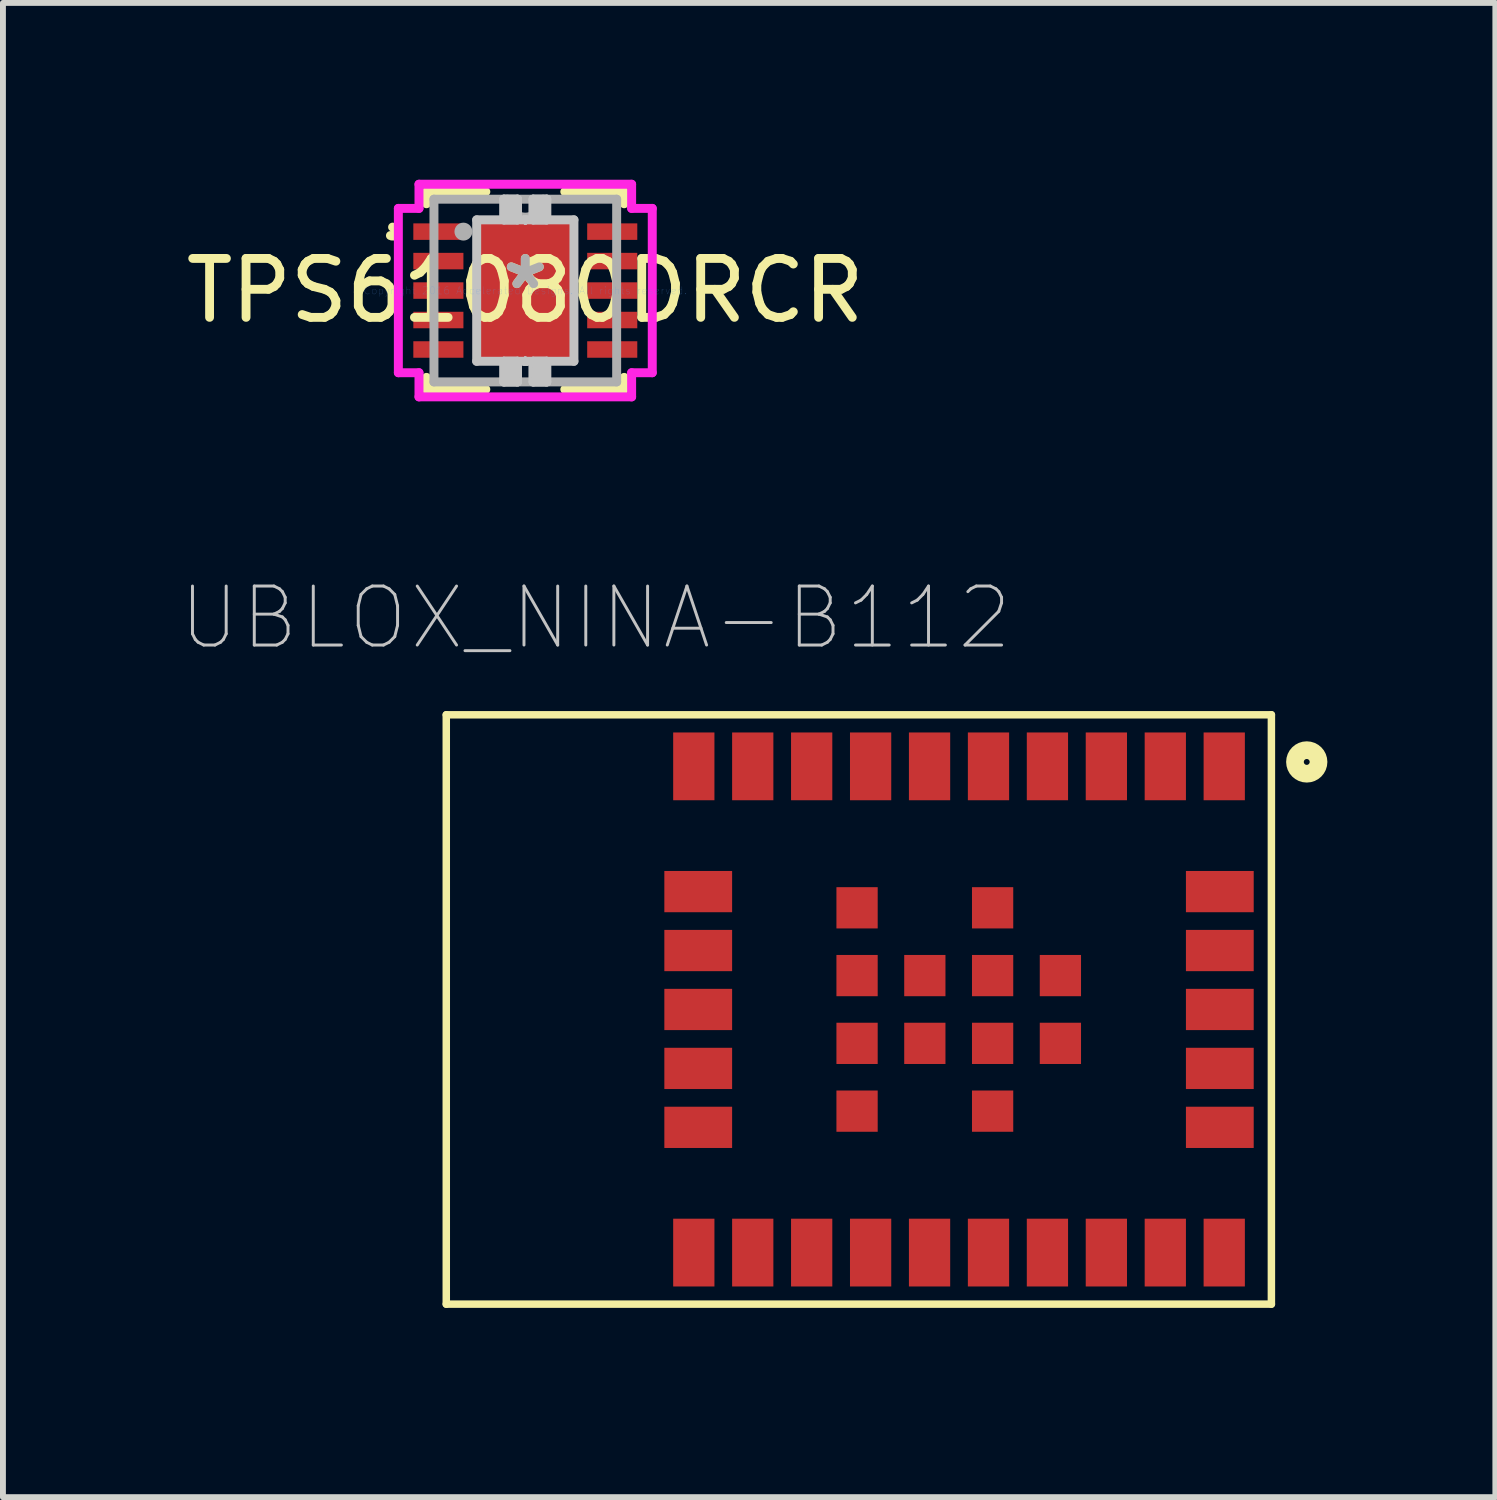
<source format=kicad_pcb>
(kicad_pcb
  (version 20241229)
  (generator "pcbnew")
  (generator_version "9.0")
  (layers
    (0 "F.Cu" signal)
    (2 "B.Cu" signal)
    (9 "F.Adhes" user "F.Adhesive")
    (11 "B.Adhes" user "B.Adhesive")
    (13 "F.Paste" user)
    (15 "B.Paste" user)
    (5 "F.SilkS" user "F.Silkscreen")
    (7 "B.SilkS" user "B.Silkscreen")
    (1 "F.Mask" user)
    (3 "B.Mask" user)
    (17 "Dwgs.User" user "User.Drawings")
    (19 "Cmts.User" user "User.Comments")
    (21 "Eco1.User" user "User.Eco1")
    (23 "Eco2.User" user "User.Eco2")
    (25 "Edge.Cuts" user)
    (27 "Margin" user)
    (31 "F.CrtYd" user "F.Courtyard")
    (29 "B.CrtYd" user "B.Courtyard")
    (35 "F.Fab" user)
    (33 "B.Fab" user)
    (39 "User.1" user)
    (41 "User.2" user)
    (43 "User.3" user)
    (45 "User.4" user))
  (footprint "UBLOX_NINA-B112"
    (layer "F.Cu")
    (at 7.712 15.348)
    (property "Reference" "UBLOX_NINA-B112" (at -0.656 -7.914 0) (layer "Dwgs.User") (effects (font (size 1.001 1.001) (thickness 0.05))))
    (attr smd)
    (fp_line (start -3.19 -6.27) (end -3.19 3.73) (stroke (width 0.127) (type solid)) (layer "F.SilkS"))
    (fp_line (start -3.19 3.73) (end 10.81 3.73) (stroke (width 0.127) (type solid)) (layer "F.SilkS"))
    (fp_line (start 10.81 -6.27) (end -3.19 -6.27) (stroke (width 0.127) (type solid)) (layer "F.SilkS"))
    (fp_line (start 10.81 3.73) (end 10.81 -6.27) (stroke (width 0.127) (type solid)) (layer "F.SilkS"))
    (fp_circle (center 11.41 -5.47) (end 11.46 -5.47) (stroke (width 0.3) (type solid)) (fill no) (layer "F.SilkS"))
    (fp_line (start -3.44 -6.52) (end 11.06 -6.52) (stroke (width 0.05) (type solid)) (layer "Eco1.User"))
    (fp_line (start -3.44 3.98) (end -3.44 -6.52) (stroke (width 0.05) (type solid)) (layer "Eco1.User"))
    (fp_line (start 11.06 -6.52) (end 11.06 3.98) (stroke (width 0.05) (type solid)) (layer "Eco1.User"))
    (fp_line (start 11.06 3.98) (end -3.44 3.98) (stroke (width 0.05) (type solid)) (layer "Eco1.User"))
    (fp_line (start -3.19 -6.27) (end -3.19 3.73) (stroke (width 0.127) (type solid)) (layer "Eco2.User"))
    (fp_line (start -3.19 3.73) (end 0.61 3.73) (stroke (width 0.127) (type solid)) (layer "Eco2.User"))
    (fp_line (start 0.61 -6.27) (end -3.19 -6.27) (stroke (width 0.127) (type solid)) (layer "Eco2.User"))
    (fp_line (start 0.61 -6.27) (end 0.61 3.73) (stroke (width 0.127) (type solid)) (layer "Eco2.User"))
    (fp_line (start 0.61 3.73) (end 10.81 3.73) (stroke (width 0.127) (type solid)) (layer "Eco2.User"))
    (fp_line (start 10.81 -6.27) (end 0.61 -6.27) (stroke (width 0.127) (type solid)) (layer "Eco2.User"))
    (fp_line (start 10.81 3.73) (end 10.81 -6.27) (stroke (width 0.127) (type solid)) (layer "Eco2.User"))
    (fp_circle (center 10.01 -5.37) (end 10.06 -5.37) (stroke (width 0.3) (type solid)) (fill no) (layer "Eco2.User"))
    (fp_text user "ANTENNA" (at -0.636 2.541 0) (layer "Edge.Cuts") (effects (font (size 1 1) (thickness 0.05))))
    (pad "1" smd rect (at 10.01 -5.395 270) (size 1.15 0.7) (layers "F.Cu" "F.Mask" "F.Paste"))
    (pad "2" smd rect (at 9.01 -5.395 270) (size 1.15 0.7) (layers "F.Cu" "F.Mask" "F.Paste"))
    (pad "3" smd rect (at 8.01 -5.395 270) (size 1.15 0.7) (layers "F.Cu" "F.Mask" "F.Paste"))
    (pad "4" smd rect (at 7.01 -5.395 270) (size 1.15 0.7) (layers "F.Cu" "F.Mask" "F.Paste"))
    (pad "5" smd rect (at 6.01 -5.395 270) (size 1.15 0.7) (layers "F.Cu" "F.Mask" "F.Paste"))
    (pad "6" smd rect (at 5.01 -5.395 270) (size 1.15 0.7) (layers "F.Cu" "F.Mask" "F.Paste"))
    (pad "7" smd rect (at 4.01 -5.395 270) (size 1.15 0.7) (layers "F.Cu" "F.Mask" "F.Paste"))
    (pad "8" smd rect (at 3.01 -5.395 270) (size 1.15 0.7) (layers "F.Cu" "F.Mask" "F.Paste"))
    (pad "9" smd rect (at 2.01 -5.395 270) (size 1.15 0.7) (layers "F.Cu" "F.Mask" "F.Paste"))
    (pad "10" smd rect (at 1.01 -5.395 270) (size 1.15 0.7) (layers "F.Cu" "F.Mask" "F.Paste"))
    (pad "11" smd rect (at 1.085 -3.27) (size 1.15 0.7) (layers "F.Cu" "F.Mask" "F.Paste"))
    (pad "12" smd rect (at 1.085 -2.27) (size 1.15 0.7) (layers "F.Cu" "F.Mask" "F.Paste"))
    (pad "13" smd rect (at 1.085 -1.27) (size 1.15 0.7) (layers "F.Cu" "F.Mask" "F.Paste"))
    (pad "14" smd rect (at 1.085 -0.27) (size 1.15 0.7) (layers "F.Cu" "F.Mask" "F.Paste"))
    (pad "15" smd rect (at 1.085 0.73) (size 1.15 0.7) (layers "F.Cu" "F.Mask" "F.Paste"))
    (pad "16" smd rect (at 1.01 2.855 270) (size 1.15 0.7) (layers "F.Cu" "F.Mask" "F.Paste"))
    (pad "17" smd rect (at 2.01 2.855 270) (size 1.15 0.7) (layers "F.Cu" "F.Mask" "F.Paste"))
    (pad "18" smd rect (at 3.01 2.855 270) (size 1.15 0.7) (layers "F.Cu" "F.Mask" "F.Paste"))
    (pad "19" smd rect (at 4.01 2.855 270) (size 1.15 0.7) (layers "F.Cu" "F.Mask" "F.Paste"))
    (pad "20" smd rect (at 5.01 2.855 270) (size 1.15 0.7) (layers "F.Cu" "F.Mask" "F.Paste"))
    (pad "21" smd rect (at 6.01 2.855 270) (size 1.15 0.7) (layers "F.Cu" "F.Mask" "F.Paste"))
    (pad "22" smd rect (at 7.01 2.855 270) (size 1.15 0.7) (layers "F.Cu" "F.Mask" "F.Paste"))
    (pad "23" smd rect (at 8.01 2.855 270) (size 1.15 0.7) (layers "F.Cu" "F.Mask" "F.Paste"))
    (pad "24" smd rect (at 9.01 2.855 270) (size 1.15 0.7) (layers "F.Cu" "F.Mask" "F.Paste"))
    (pad "25" smd rect (at 10.01 2.855 270) (size 1.15 0.7) (layers "F.Cu" "F.Mask" "F.Paste"))
    (pad "26" smd rect (at 9.935 0.73) (size 1.15 0.7) (layers "F.Cu" "F.Mask" "F.Paste"))
    (pad "27" smd rect (at 9.935 -0.27) (size 1.15 0.7) (layers "F.Cu" "F.Mask" "F.Paste"))
    (pad "28" smd rect (at 9.935 -1.27) (size 1.15 0.7) (layers "F.Cu" "F.Mask" "F.Paste"))
    (pad "29" smd rect (at 9.935 -2.27) (size 1.15 0.7) (layers "F.Cu" "F.Mask" "F.Paste"))
    (pad "30" smd rect (at 9.935 -3.27) (size 1.15 0.7) (layers "F.Cu" "F.Mask" "F.Paste"))
    (pad "EXP1" smd rect (at 3.78 -2.995) (size 0.7 0.7) (layers "F.Cu" "F.Mask" "F.Paste"))
    (pad "EXP2" smd rect (at 3.78 -1.845) (size 0.7 0.7) (layers "F.Cu" "F.Mask" "F.Paste"))
    (pad "EXP3" smd rect (at 3.78 -0.695) (size 0.7 0.7) (layers "F.Cu" "F.Mask" "F.Paste"))
    (pad "EXP4" smd rect (at 3.78 0.455) (size 0.7 0.7) (layers "F.Cu" "F.Mask" "F.Paste"))
    (pad "EXP5" smd rect (at 4.93 -0.695) (size 0.7 0.7) (layers "F.Cu" "F.Mask" "F.Paste"))
    (pad "EXP6" smd rect (at 4.93 -1.845) (size 0.7 0.7) (layers "F.Cu" "F.Mask" "F.Paste"))
    (pad "EXP7" smd rect (at 6.08 -2.995) (size 0.7 0.7) (layers "F.Cu" "F.Mask" "F.Paste"))
    (pad "EXP8" smd rect (at 6.08 -1.845) (size 0.7 0.7) (layers "F.Cu" "F.Mask" "F.Paste"))
    (pad "EXP9" smd rect (at 6.08 -0.695) (size 0.7 0.7) (layers "F.Cu" "F.Mask" "F.Paste"))
    (pad "EXP10" smd rect (at 6.08 0.455) (size 0.7 0.7) (layers "F.Cu" "F.Mask" "F.Paste"))
    (pad "EXP11" smd rect (at 7.23 -0.695) (size 0.7 0.7) (layers "F.Cu" "F.Mask" "F.Paste"))
    (pad "EXP12" smd rect (at 7.23 -1.845) (size 0.7 0.7) (layers "F.Cu" "F.Mask" "F.Paste")))
  (footprint "TPS61080DRCR"
    (layer "F.Cu")
    (at 5.863 1.88)
    (property "Reference" "TPS61080DRCR" (at 0 0 0) (layer "F.SilkS") (effects (font (size 1 1) (thickness 0.15))))
    (attr through_hole)
    (fp_line (start -1.677 -1.677) (end -1.677 -1.473) (stroke (width 0.152) (type solid)) (layer "F.SilkS"))
    (fp_line (start -1.677 1.473) (end -1.677 1.677) (stroke (width 0.152) (type solid)) (layer "F.SilkS"))
    (fp_line (start -1.677 1.677) (end -0.67 1.677) (stroke (width 0.152) (type solid)) (layer "F.SilkS"))
    (fp_line (start -0.67 -1.677) (end -1.677 -1.677) (stroke (width 0.152) (type solid)) (layer "F.SilkS"))
    (fp_line (start 0.67 1.677) (end 1.677 1.677) (stroke (width 0.152) (type solid)) (layer "F.SilkS"))
    (fp_line (start 1.677 -1.677) (end 0.67 -1.677) (stroke (width 0.152) (type solid)) (layer "F.SilkS"))
    (fp_line (start 1.677 -1.473) (end 1.677 -1.677) (stroke (width 0.152) (type solid)) (layer "F.SilkS"))
    (fp_line (start 1.677 1.677) (end 1.677 1.473) (stroke (width 0.152) (type solid)) (layer "F.SilkS"))
    (fp_arc (start -2.2516 -1.0762) (mid -2.177771 -0.981141) (end -2.288144 -0.933135) (stroke (width 0.1524) (type solid)) (layer "F.SilkS"))
    (fp_line (start -0.825 -1.2) (end -0.825 1.2) (stroke (width 0.152) (type solid)) (layer "Dwgs.User"))
    (fp_line (start -0.825 1.2) (end 0.825 1.2) (stroke (width 0.152) (type solid)) (layer "Dwgs.User"))
    (fp_line (start -0.363 -1.55) (end -0.363 -1.2) (stroke (width 0.152) (type solid)) (layer "Dwgs.User"))
    (fp_line (start -0.363 -1.55) (end -0.363 -1.2) (stroke (width 0.152) (type solid)) (layer "Dwgs.User"))
    (fp_line (start -0.363 -1.2) (end -0.133 -1.2) (stroke (width 0.152) (type solid)) (layer "Dwgs.User"))
    (fp_line (start -0.363 -1.2) (end -0.133 -1.2) (stroke (width 0.152) (type solid)) (layer "Dwgs.User"))
    (fp_line (start -0.363 1.2) (end -0.133 1.2) (stroke (width 0.152) (type solid)) (layer "Dwgs.User"))
    (fp_line (start -0.363 1.2) (end -0.133 1.2) (stroke (width 0.152) (type solid)) (layer "Dwgs.User"))
    (fp_line (start -0.363 1.55) (end -0.363 1.2) (stroke (width 0.152) (type solid)) (layer "Dwgs.User"))
    (fp_line (start -0.363 1.55) (end -0.363 1.2) (stroke (width 0.152) (type solid)) (layer "Dwgs.User"))
    (fp_line (start -0.312 -1.499) (end -0.312 -1.251) (stroke (width 0.152) (type solid)) (layer "Dwgs.User"))
    (fp_line (start -0.312 -1.251) (end -0.184 -1.251) (stroke (width 0.152) (type solid)) (layer "Dwgs.User"))
    (fp_line (start -0.312 1.251) (end -0.184 1.251) (stroke (width 0.152) (type solid)) (layer "Dwgs.User"))
    (fp_line (start -0.312 1.499) (end -0.312 1.251) (stroke (width 0.152) (type solid)) (layer "Dwgs.User"))
    (fp_line (start -0.184 -1.499) (end -0.312 -1.499) (stroke (width 0.152) (type solid)) (layer "Dwgs.User"))
    (fp_line (start -0.184 -1.251) (end -0.184 -1.499) (stroke (width 0.152) (type solid)) (layer "Dwgs.User"))
    (fp_line (start -0.184 1.251) (end -0.184 1.499) (stroke (width 0.152) (type solid)) (layer "Dwgs.User"))
    (fp_line (start -0.184 1.499) (end -0.312 1.499) (stroke (width 0.152) (type solid)) (layer "Dwgs.User"))
    (fp_line (start -0.133 -1.55) (end -0.363 -1.55) (stroke (width 0.152) (type solid)) (layer "Dwgs.User"))
    (fp_line (start -0.133 -1.55) (end -0.363 -1.55) (stroke (width 0.152) (type solid)) (layer "Dwgs.User"))
    (fp_line (start -0.133 -1.2) (end -0.133 -1.55) (stroke (width 0.152) (type solid)) (layer "Dwgs.User"))
    (fp_line (start -0.133 -1.2) (end -0.133 -1.55) (stroke (width 0.152) (type solid)) (layer "Dwgs.User"))
    (fp_line (start -0.133 1.2) (end -0.133 1.55) (stroke (width 0.152) (type solid)) (layer "Dwgs.User"))
    (fp_line (start -0.133 1.2) (end -0.133 1.55) (stroke (width 0.152) (type solid)) (layer "Dwgs.User"))
    (fp_line (start -0.133 1.55) (end -0.363 1.55) (stroke (width 0.152) (type solid)) (layer "Dwgs.User"))
    (fp_line (start -0.133 1.55) (end -0.363 1.55) (stroke (width 0.152) (type solid)) (layer "Dwgs.User"))
    (fp_line (start 0 -1.2) (end 0 -1.2) (stroke (width 0.152) (type solid)) (layer "Dwgs.User"))
    (fp_line (start 0 -1.2) (end 0 -1.2) (stroke (width 0.152) (type solid)) (layer "Dwgs.User"))
    (fp_line (start 0 -1.2) (end 0 -1.2) (stroke (width 0.152) (type solid)) (layer "Dwgs.User"))
    (fp_line (start 0 -1.2) (end 0 -1.2) (stroke (width 0.152) (type solid)) (layer "Dwgs.User"))
    (fp_line (start 0 -1.2) (end 0 -1.2) (stroke (width 0.152) (type solid)) (layer "Dwgs.User"))
    (fp_line (start 0 -1.2) (end 0 -1.2) (stroke (width 0.152) (type solid)) (layer "Dwgs.User"))
    (fp_line (start 0 -1.2) (end 0 -1.2) (stroke (width 0.152) (type solid)) (layer "Dwgs.User"))
    (fp_line (start 0 -1.2) (end 0 -1.2) (stroke (width 0.152) (type solid)) (layer "Dwgs.User"))
    (fp_line (start 0 -1.2) (end 0 -1.2) (stroke (width 0.152) (type solid)) (layer "Dwgs.User"))
    (fp_line (start 0 -1.2) (end 0 -1.2) (stroke (width 0.152) (type solid)) (layer "Dwgs.User"))
    (fp_line (start 0 -1.2) (end 0 -1.2) (stroke (width 0.152) (type solid)) (layer "Dwgs.User"))
    (fp_line (start 0 -1.2) (end 0 -1.2) (stroke (width 0.152) (type solid)) (layer "Dwgs.User"))
    (fp_line (start 0 -1.2) (end 0 -1.2) (stroke (width 0.152) (type solid)) (layer "Dwgs.User"))
    (fp_line (start 0 -1.2) (end 0 -1.2) (stroke (width 0.152) (type solid)) (layer "Dwgs.User"))
    (fp_line (start 0 -1.2) (end 0 -1.2) (stroke (width 0.152) (type solid)) (layer "Dwgs.User"))
    (fp_line (start 0 -1.2) (end 0 -1.2) (stroke (width 0.152) (type solid)) (layer "Dwgs.User"))
    (fp_line (start 0 1.2) (end 0 1.2) (stroke (width 0.152) (type solid)) (layer "Dwgs.User"))
    (fp_line (start 0 1.2) (end 0 1.2) (stroke (width 0.152) (type solid)) (layer "Dwgs.User"))
    (fp_line (start 0 1.2) (end 0 1.2) (stroke (width 0.152) (type solid)) (layer "Dwgs.User"))
    (fp_line (start 0 1.2) (end 0 1.2) (stroke (width 0.152) (type solid)) (layer "Dwgs.User"))
    (fp_line (start 0 1.2) (end 0 1.2) (stroke (width 0.152) (type solid)) (layer "Dwgs.User"))
    (fp_line (start 0 1.2) (end 0 1.2) (stroke (width 0.152) (type solid)) (layer "Dwgs.User"))
    (fp_line (start 0 1.2) (end 0 1.2) (stroke (width 0.152) (type solid)) (layer "Dwgs.User"))
    (fp_line (start 0 1.2) (end 0 1.2) (stroke (width 0.152) (type solid)) (layer "Dwgs.User"))
    (fp_line (start 0 1.2) (end 0 1.2) (stroke (width 0.152) (type solid)) (layer "Dwgs.User"))
    (fp_line (start 0 1.2) (end 0 1.2) (stroke (width 0.152) (type solid)) (layer "Dwgs.User"))
    (fp_line (start 0 1.2) (end 0 1.2) (stroke (width 0.152) (type solid)) (layer "Dwgs.User"))
    (fp_line (start 0 1.2) (end 0 1.2) (stroke (width 0.152) (type solid)) (layer "Dwgs.User"))
    (fp_line (start 0 1.2) (end 0 1.2) (stroke (width 0.152) (type solid)) (layer "Dwgs.User"))
    (fp_line (start 0 1.2) (end 0 1.2) (stroke (width 0.152) (type solid)) (layer "Dwgs.User"))
    (fp_line (start 0 1.2) (end 0 1.2) (stroke (width 0.152) (type solid)) (layer "Dwgs.User"))
    (fp_line (start 0 1.2) (end 0 1.2) (stroke (width 0.152) (type solid)) (layer "Dwgs.User"))
    (fp_line (start 0.133 -1.55) (end 0.363 -1.55) (stroke (width 0.152) (type solid)) (layer "Dwgs.User"))
    (fp_line (start 0.133 -1.55) (end 0.363 -1.55) (stroke (width 0.152) (type solid)) (layer "Dwgs.User"))
    (fp_line (start 0.133 -1.2) (end 0.133 -1.55) (stroke (width 0.152) (type solid)) (layer "Dwgs.User"))
    (fp_line (start 0.133 -1.2) (end 0.133 -1.55) (stroke (width 0.152) (type solid)) (layer "Dwgs.User"))
    (fp_line (start 0.133 1.2) (end 0.133 1.55) (stroke (width 0.152) (type solid)) (layer "Dwgs.User"))
    (fp_line (start 0.133 1.2) (end 0.133 1.55) (stroke (width 0.152) (type solid)) (layer "Dwgs.User"))
    (fp_line (start 0.133 1.55) (end 0.363 1.55) (stroke (width 0.152) (type solid)) (layer "Dwgs.User"))
    (fp_line (start 0.133 1.55) (end 0.363 1.55) (stroke (width 0.152) (type solid)) (layer "Dwgs.User"))
    (fp_line (start 0.184 -1.499) (end 0.312 -1.499) (stroke (width 0.152) (type solid)) (layer "Dwgs.User"))
    (fp_line (start 0.184 -1.251) (end 0.184 -1.499) (stroke (width 0.152) (type solid)) (layer "Dwgs.User"))
    (fp_line (start 0.184 1.251) (end 0.184 1.499) (stroke (width 0.152) (type solid)) (layer "Dwgs.User"))
    (fp_line (start 0.184 1.499) (end 0.312 1.499) (stroke (width 0.152) (type solid)) (layer "Dwgs.User"))
    (fp_line (start 0.312 -1.499) (end 0.312 -1.251) (stroke (width 0.152) (type solid)) (layer "Dwgs.User"))
    (fp_line (start 0.312 -1.251) (end 0.184 -1.251) (stroke (width 0.152) (type solid)) (layer "Dwgs.User"))
    (fp_line (start 0.312 1.251) (end 0.184 1.251) (stroke (width 0.152) (type solid)) (layer "Dwgs.User"))
    (fp_line (start 0.312 1.499) (end 0.312 1.251) (stroke (width 0.152) (type solid)) (layer "Dwgs.User"))
    (fp_line (start 0.363 -1.55) (end 0.363 -1.2) (stroke (width 0.152) (type solid)) (layer "Dwgs.User"))
    (fp_line (start 0.363 -1.55) (end 0.363 -1.2) (stroke (width 0.152) (type solid)) (layer "Dwgs.User"))
    (fp_line (start 0.363 -1.2) (end 0.133 -1.2) (stroke (width 0.152) (type solid)) (layer "Dwgs.User"))
    (fp_line (start 0.363 -1.2) (end 0.133 -1.2) (stroke (width 0.152) (type solid)) (layer "Dwgs.User"))
    (fp_line (start 0.363 1.2) (end 0.133 1.2) (stroke (width 0.152) (type solid)) (layer "Dwgs.User"))
    (fp_line (start 0.363 1.2) (end 0.133 1.2) (stroke (width 0.152) (type solid)) (layer "Dwgs.User"))
    (fp_line (start 0.363 1.55) (end 0.363 1.2) (stroke (width 0.152) (type solid)) (layer "Dwgs.User"))
    (fp_line (start 0.363 1.55) (end 0.363 1.2) (stroke (width 0.152) (type solid)) (layer "Dwgs.User"))
    (fp_line (start 0.825 -1.2) (end -0.825 -1.2) (stroke (width 0.152) (type solid)) (layer "Dwgs.User"))
    (fp_line (start 0.825 1.2) (end 0.825 -1.2) (stroke (width 0.152) (type solid)) (layer "Dwgs.User"))
    (fp_line (start -2.154 -1.394) (end -1.804 -1.394) (stroke (width 0.152) (type solid)) (layer "F.CrtYd"))
    (fp_line (start -2.154 1.394) (end -2.154 -1.394) (stroke (width 0.152) (type solid)) (layer "F.CrtYd"))
    (fp_line (start -1.804 -1.804) (end 1.804 -1.804) (stroke (width 0.152) (type solid)) (layer "F.CrtYd"))
    (fp_line (start -1.804 -1.394) (end -1.804 -1.804) (stroke (width 0.152) (type solid)) (layer "F.CrtYd"))
    (fp_line (start -1.804 1.394) (end -2.154 1.394) (stroke (width 0.152) (type solid)) (layer "F.CrtYd"))
    (fp_line (start -1.804 1.804) (end -1.804 1.394) (stroke (width 0.152) (type solid)) (layer "F.CrtYd"))
    (fp_line (start 1.804 -1.804) (end 1.804 -1.394) (stroke (width 0.152) (type solid)) (layer "F.CrtYd"))
    (fp_line (start 1.804 -1.394) (end 2.154 -1.394) (stroke (width 0.152) (type solid)) (layer "F.CrtYd"))
    (fp_line (start 1.804 1.394) (end 1.804 1.804) (stroke (width 0.152) (type solid)) (layer "F.CrtYd"))
    (fp_line (start 1.804 1.804) (end -1.804 1.804) (stroke (width 0.152) (type solid)) (layer "F.CrtYd"))
    (fp_line (start 2.154 -1.394) (end 2.154 1.394) (stroke (width 0.152) (type solid)) (layer "F.CrtYd"))
    (fp_line (start 2.154 1.394) (end 1.804 1.394) (stroke (width 0.152) (type solid)) (layer "F.CrtYd"))
    (fp_line (start -1.55 -1.55) (end -1.55 1.55) (stroke (width 0.152) (type solid)) (layer "F.Fab"))
    (fp_line (start -1.55 1.55) (end 1.55 1.55) (stroke (width 0.152) (type solid)) (layer "F.Fab"))
    (fp_line (start 1.55 -1.55) (end -1.55 -1.55) (stroke (width 0.152) (type solid)) (layer "F.Fab"))
    (fp_line (start 1.55 1.55) (end 1.55 -1.55) (stroke (width 0.152) (type solid)) (layer "F.Fab"))
    (fp_arc (start 0.3048 -1.549999) (mid 0 -1.245199) (end -0.3048 -1.549999) (stroke (width 0.1524) (type solid)) (layer "F.Fab"))
    (fp_circle (center -1.05 -1) (end -0.974 -1) (stroke (width 0.152) (type solid)) (fill no) (layer "F.Fab"))
    (fp_text user "*" (at 0 0 0) (layer "F.SilkS") (effects (font (size 1 1) (thickness 0.15))))
    (fp_text user "Copyright 2016 Accelerated Designs. All rights reserved." (at 0 0 0) (layer "Cmts.User") (effects (font (size 0.127 0.127) (thickness 0.002))))
    (fp_text user "*" (at 0 0 0) (layer "F.Fab") (effects (font (size 1 1) (thickness 0.15))))
    (pad "1" smd rect (at -1.475 -1) (size 0.85 0.28) (layers "F.Cu" "F.Mask" "F.Paste"))
    (pad "2" smd rect (at -1.475 -0.5) (size 0.85 0.28) (layers "F.Cu" "F.Mask" "F.Paste"))
    (pad "3" smd rect (at -1.475 0) (size 0.85 0.28) (layers "F.Cu" "F.Mask" "F.Paste"))
    (pad "4" smd rect (at -1.475 0.5) (size 0.85 0.28) (layers "F.Cu" "F.Mask" "F.Paste"))
    (pad "5" smd rect (at -1.475 1) (size 0.85 0.28) (layers "F.Cu" "F.Mask" "F.Paste"))
    (pad "6" smd rect (at 1.475 1) (size 0.85 0.28) (layers "F.Cu" "F.Mask" "F.Paste"))
    (pad "7" smd rect (at 1.475 0.5) (size 0.85 0.28) (layers "F.Cu" "F.Mask" "F.Paste"))
    (pad "8" smd rect (at 1.475 0) (size 0.85 0.28) (layers "F.Cu" "F.Mask" "F.Paste"))
    (pad "9" smd rect (at 1.475 -0.5) (size 0.85 0.28) (layers "F.Cu" "F.Mask" "F.Paste"))
    (pad "10" smd rect (at 1.475 -1) (size 0.85 0.28) (layers "F.Cu" "F.Mask" "F.Paste"))
    (pad "11" smd rect (at 0 0) (size 1.65 2.4) (layers "F.Cu" "F.Mask" "F.Paste")))
  (gr_rect
    (start -3 -3)
    (end 22.322 22.353)
    (stroke (width 0.1) (type default))
    (fill no)
    (layer "Edge.Cuts")))
</source>
